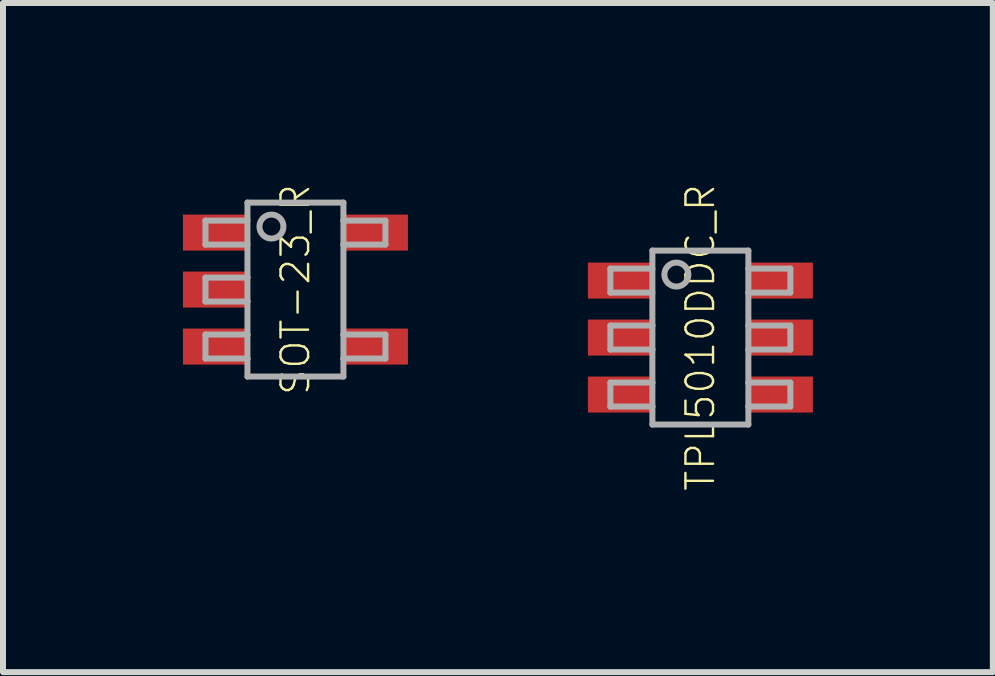
<source format=kicad_pcb>
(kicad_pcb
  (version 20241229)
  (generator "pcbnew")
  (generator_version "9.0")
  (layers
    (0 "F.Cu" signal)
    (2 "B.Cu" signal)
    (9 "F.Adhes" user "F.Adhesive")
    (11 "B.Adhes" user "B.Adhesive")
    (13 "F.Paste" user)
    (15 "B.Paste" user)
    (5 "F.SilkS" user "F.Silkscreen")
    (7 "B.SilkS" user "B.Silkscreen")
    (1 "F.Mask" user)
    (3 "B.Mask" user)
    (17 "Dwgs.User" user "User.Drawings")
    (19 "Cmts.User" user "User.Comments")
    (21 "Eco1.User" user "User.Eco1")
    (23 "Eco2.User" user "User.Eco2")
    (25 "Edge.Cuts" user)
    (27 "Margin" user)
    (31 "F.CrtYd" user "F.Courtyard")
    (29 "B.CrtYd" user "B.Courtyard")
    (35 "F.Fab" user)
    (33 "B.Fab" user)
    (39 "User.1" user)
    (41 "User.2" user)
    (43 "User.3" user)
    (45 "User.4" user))
  (footprint "TPL5010DDC_R"
    (layer "F.Cu")
    (at 8.625 2.577)
    (property "Reference" "TPL5010DDC_R" (at 0 0 90) (unlocked yes) (layer "F.SilkS") (effects (font (size 0.46 0.46) (thickness 0.04))))
    (fp_poly (pts (xy -0.825 -0.65) (xy -1.875 -0.65) (xy -1.875 -1.25) (xy -0.825 -1.25)) (stroke (width 0) (type default)) (fill yes) (layer "F.Paste"))
    (fp_poly (pts (xy -0.825 0.3) (xy -1.875 0.3) (xy -1.875 -0.3) (xy -0.825 -0.3)) (stroke (width 0) (type default)) (fill yes) (layer "F.Paste"))
    (fp_poly (pts (xy -0.825 1.25) (xy -1.875 1.25) (xy -1.875 0.65) (xy -0.825 0.65)) (stroke (width 0) (type default)) (fill yes) (layer "F.Paste"))
    (fp_poly (pts (xy 1.875 -0.65) (xy 0.825 -0.65) (xy 0.825 -1.25) (xy 1.875 -1.25)) (stroke (width 0) (type default)) (fill yes) (layer "F.Paste"))
    (fp_poly (pts (xy 1.875 0.3) (xy 0.825 0.3) (xy 0.825 -0.3) (xy 1.875 -0.3)) (stroke (width 0) (type default)) (fill yes) (layer "F.Paste"))
    (fp_poly (pts (xy 1.875 1.25) (xy 0.825 1.25) (xy 0.825 0.65) (xy 1.875 0.65)) (stroke (width 0) (type default)) (fill yes) (layer "F.Paste"))
    (fp_line (start -1.5 -1.15) (end -1.5 -0.75) (stroke (width 0.1) (type solid)) (layer "F.Fab"))
    (fp_line (start -1.5 -0.75) (end -0.8 -0.75) (stroke (width 0.1) (type solid)) (layer "F.Fab"))
    (fp_line (start -1.5 -0.2) (end -1.5 0.2) (stroke (width 0.1) (type solid)) (layer "F.Fab"))
    (fp_line (start -1.5 0.75) (end -1.5 1.15) (stroke (width 0.1) (type solid)) (layer "F.Fab"))
    (fp_line (start -0.8 -1.45) (end 0.8 -1.45) (stroke (width 0.1) (type solid)) (layer "F.Fab"))
    (fp_line (start -0.8 -1.15) (end -1.5 -1.15) (stroke (width 0.1) (type solid)) (layer "F.Fab"))
    (fp_line (start -0.8 -0.2) (end -1.5 -0.2) (stroke (width 0.1) (type solid)) (layer "F.Fab"))
    (fp_line (start -0.8 -0.2) (end -0.8 -1.45) (stroke (width 0.1) (type solid)) (layer "F.Fab"))
    (fp_line (start -0.8 0.2) (end -1.5 0.2) (stroke (width 0.1) (type solid)) (layer "F.Fab"))
    (fp_line (start -0.8 0.2) (end -0.8 -0.2) (stroke (width 0.1) (type solid)) (layer "F.Fab"))
    (fp_line (start -0.8 0.75) (end -1.5 0.75) (stroke (width 0.1) (type solid)) (layer "F.Fab"))
    (fp_line (start -0.8 0.75) (end -0.8 0.2) (stroke (width 0.1) (type solid)) (layer "F.Fab"))
    (fp_line (start -0.8 1.15) (end -1.5 1.15) (stroke (width 0.1) (type solid)) (layer "F.Fab"))
    (fp_line (start -0.8 1.15) (end -0.8 0.75) (stroke (width 0.1) (type solid)) (layer "F.Fab"))
    (fp_line (start -0.8 1.45) (end -0.8 1.15) (stroke (width 0.1) (type solid)) (layer "F.Fab"))
    (fp_line (start 0.8 -1.45) (end 0.8 -1.15) (stroke (width 0.1) (type solid)) (layer "F.Fab"))
    (fp_line (start 0.8 -1.15) (end 0.8 -0.75) (stroke (width 0.1) (type solid)) (layer "F.Fab"))
    (fp_line (start 0.8 -0.75) (end 0.8 -0.2) (stroke (width 0.1) (type solid)) (layer "F.Fab"))
    (fp_line (start 0.8 -0.2) (end 0.8 0.2) (stroke (width 0.1) (type solid)) (layer "F.Fab"))
    (fp_line (start 0.8 0.2) (end 0.8 0.75) (stroke (width 0.1) (type solid)) (layer "F.Fab"))
    (fp_line (start 0.8 0.75) (end 0.8 1.15) (stroke (width 0.1) (type solid)) (layer "F.Fab"))
    (fp_line (start 0.8 1.15) (end 0.8 1.45) (stroke (width 0.1) (type solid)) (layer "F.Fab"))
    (fp_line (start 0.8 1.45) (end -0.8 1.45) (stroke (width 0.1) (type solid)) (layer "F.Fab"))
    (fp_line (start 1.5 -1.15) (end 0.8 -1.15) (stroke (width 0.1) (type solid)) (layer "F.Fab"))
    (fp_line (start 1.5 -1.15) (end 1.5 -0.75) (stroke (width 0.1) (type solid)) (layer "F.Fab"))
    (fp_line (start 1.5 -0.75) (end 0.8 -0.75) (stroke (width 0.1) (type solid)) (layer "F.Fab"))
    (fp_line (start 1.5 -0.2) (end 0.8 -0.2) (stroke (width 0.1) (type solid)) (layer "F.Fab"))
    (fp_line (start 1.5 -0.2) (end 1.5 0.2) (stroke (width 0.1) (type solid)) (layer "F.Fab"))
    (fp_line (start 1.5 0.2) (end 0.8 0.2) (stroke (width 0.1) (type solid)) (layer "F.Fab"))
    (fp_line (start 1.5 0.75) (end 0.8 0.75) (stroke (width 0.1) (type solid)) (layer "F.Fab"))
    (fp_line (start 1.5 0.75) (end 1.5 1.15) (stroke (width 0.1) (type solid)) (layer "F.Fab"))
    (fp_line (start 1.5 1.15) (end 0.8 1.15) (stroke (width 0.1) (type solid)) (layer "F.Fab"))
    (fp_circle (center -0.4 -1.05) (end -0.2 -1.05) (stroke (width 0.1) (type solid)) (fill no) (layer "F.Fab"))
    (pad "1" smd rect (at -1.35 -0.95) (size 1.05 0.6) (layers "F.Cu" "F.Mask"))
    (pad "2" smd rect (at -1.35 0) (size 1.05 0.6) (layers "F.Cu" "F.Mask"))
    (pad "3" smd rect (at -1.35 0.95) (size 1.05 0.6) (layers "F.Cu" "F.Mask"))
    (pad "4" smd rect (at 1.35 0.95) (size 1.05 0.6) (layers "F.Cu" "F.Mask"))
    (pad "5" smd rect (at 1.35 0) (size 1.05 0.6) (layers "F.Cu" "F.Mask"))
    (pad "6" smd rect (at 1.35 -0.95) (size 1.05 0.6) (layers "F.Cu" "F.Mask")))
  (footprint "SOT-23_R"
    (layer "F.Cu")
    (at 1.875 1.777)
    (property "Reference" "SOT-23_R" (at 0 0 90) (unlocked yes) (layer "F.SilkS") (effects (font (size 0.46 0.46) (thickness 0.04))))
    (fp_poly (pts (xy -0.825 -0.65) (xy -1.875 -0.65) (xy -1.875 -1.25) (xy -0.825 -1.25)) (stroke (width 0) (type default)) (fill yes) (layer "F.Paste"))
    (fp_poly (pts (xy -0.825 0.3) (xy -1.875 0.3) (xy -1.875 -0.3) (xy -0.825 -0.3)) (stroke (width 0) (type default)) (fill yes) (layer "F.Paste"))
    (fp_poly (pts (xy -0.825 1.25) (xy -1.875 1.25) (xy -1.875 0.65) (xy -0.825 0.65)) (stroke (width 0) (type default)) (fill yes) (layer "F.Paste"))
    (fp_poly (pts (xy 1.875 -0.65) (xy 0.825 -0.65) (xy 0.825 -1.25) (xy 1.875 -1.25)) (stroke (width 0) (type default)) (fill yes) (layer "F.Paste"))
    (fp_poly (pts (xy 1.875 1.25) (xy 0.825 1.25) (xy 0.825 0.65) (xy 1.875 0.65)) (stroke (width 0) (type default)) (fill yes) (layer "F.Paste"))
    (fp_line (start -1.5 -1.15) (end -1.5 -0.75) (stroke (width 0.1) (type solid)) (layer "F.Fab"))
    (fp_line (start -1.5 -0.75) (end -0.8 -0.75) (stroke (width 0.1) (type solid)) (layer "F.Fab"))
    (fp_line (start -1.5 -0.2) (end -1.5 0.2) (stroke (width 0.1) (type solid)) (layer "F.Fab"))
    (fp_line (start -1.5 0.75) (end -1.5 1.15) (stroke (width 0.1) (type solid)) (layer "F.Fab"))
    (fp_line (start -0.8 -1.45) (end 0.8 -1.45) (stroke (width 0.1) (type solid)) (layer "F.Fab"))
    (fp_line (start -0.8 -1.15) (end -1.5 -1.15) (stroke (width 0.1) (type solid)) (layer "F.Fab"))
    (fp_line (start -0.8 -0.2) (end -1.5 -0.2) (stroke (width 0.1) (type solid)) (layer "F.Fab"))
    (fp_line (start -0.8 -0.2) (end -0.8 -1.45) (stroke (width 0.1) (type solid)) (layer "F.Fab"))
    (fp_line (start -0.8 0.2) (end -1.5 0.2) (stroke (width 0.1) (type solid)) (layer "F.Fab"))
    (fp_line (start -0.8 0.2) (end -0.8 -0.2) (stroke (width 0.1) (type solid)) (layer "F.Fab"))
    (fp_line (start -0.8 0.75) (end -1.5 0.75) (stroke (width 0.1) (type solid)) (layer "F.Fab"))
    (fp_line (start -0.8 0.75) (end -0.8 0.2) (stroke (width 0.1) (type solid)) (layer "F.Fab"))
    (fp_line (start -0.8 1.15) (end -1.5 1.15) (stroke (width 0.1) (type solid)) (layer "F.Fab"))
    (fp_line (start -0.8 1.15) (end -0.8 0.75) (stroke (width 0.1) (type solid)) (layer "F.Fab"))
    (fp_line (start -0.8 1.45) (end -0.8 1.15) (stroke (width 0.1) (type solid)) (layer "F.Fab"))
    (fp_line (start 0.8 -1.45) (end 0.8 -1.15) (stroke (width 0.1) (type solid)) (layer "F.Fab"))
    (fp_line (start 0.8 -1.15) (end 0.8 -0.75) (stroke (width 0.1) (type solid)) (layer "F.Fab"))
    (fp_line (start 0.8 -0.75) (end 0.8 0.75) (stroke (width 0.1) (type solid)) (layer "F.Fab"))
    (fp_line (start 0.8 0.75) (end 0.8 1.15) (stroke (width 0.1) (type solid)) (layer "F.Fab"))
    (fp_line (start 0.8 1.15) (end 0.8 1.45) (stroke (width 0.1) (type solid)) (layer "F.Fab"))
    (fp_line (start 0.8 1.45) (end -0.8 1.45) (stroke (width 0.1) (type solid)) (layer "F.Fab"))
    (fp_line (start 1.5 -1.15) (end 0.8 -1.15) (stroke (width 0.1) (type solid)) (layer "F.Fab"))
    (fp_line (start 1.5 -1.15) (end 1.5 -0.75) (stroke (width 0.1) (type solid)) (layer "F.Fab"))
    (fp_line (start 1.5 -0.75) (end 0.8 -0.75) (stroke (width 0.1) (type solid)) (layer "F.Fab"))
    (fp_line (start 1.5 0.75) (end 0.8 0.75) (stroke (width 0.1) (type solid)) (layer "F.Fab"))
    (fp_line (start 1.5 0.75) (end 1.5 1.15) (stroke (width 0.1) (type solid)) (layer "F.Fab"))
    (fp_line (start 1.5 1.15) (end 0.8 1.15) (stroke (width 0.1) (type solid)) (layer "F.Fab"))
    (fp_circle (center -0.4 -1.05) (end -0.2 -1.05) (stroke (width 0.1) (type solid)) (fill no) (layer "F.Fab"))
    (pad "1" smd rect (at -1.35 -0.95) (size 1.05 0.6) (layers "F.Cu" "F.Mask"))
    (pad "2" smd rect (at -1.35 0) (size 1.05 0.6) (layers "F.Cu" "F.Mask"))
    (pad "3" smd rect (at -1.35 0.95) (size 1.05 0.6) (layers "F.Cu" "F.Mask"))
    (pad "4" smd rect (at 1.35 0.95) (size 1.05 0.6) (layers "F.Cu" "F.Mask"))
    (pad "5" smd rect (at 1.35 -0.95) (size 1.05 0.6) (layers "F.Cu" "F.Mask")))
  (gr_rect
    (start -3 -3)
    (end 13.5 8.154)
    (stroke (width 0.1) (type default))
    (fill no)
    (layer "Edge.Cuts")))
</source>
